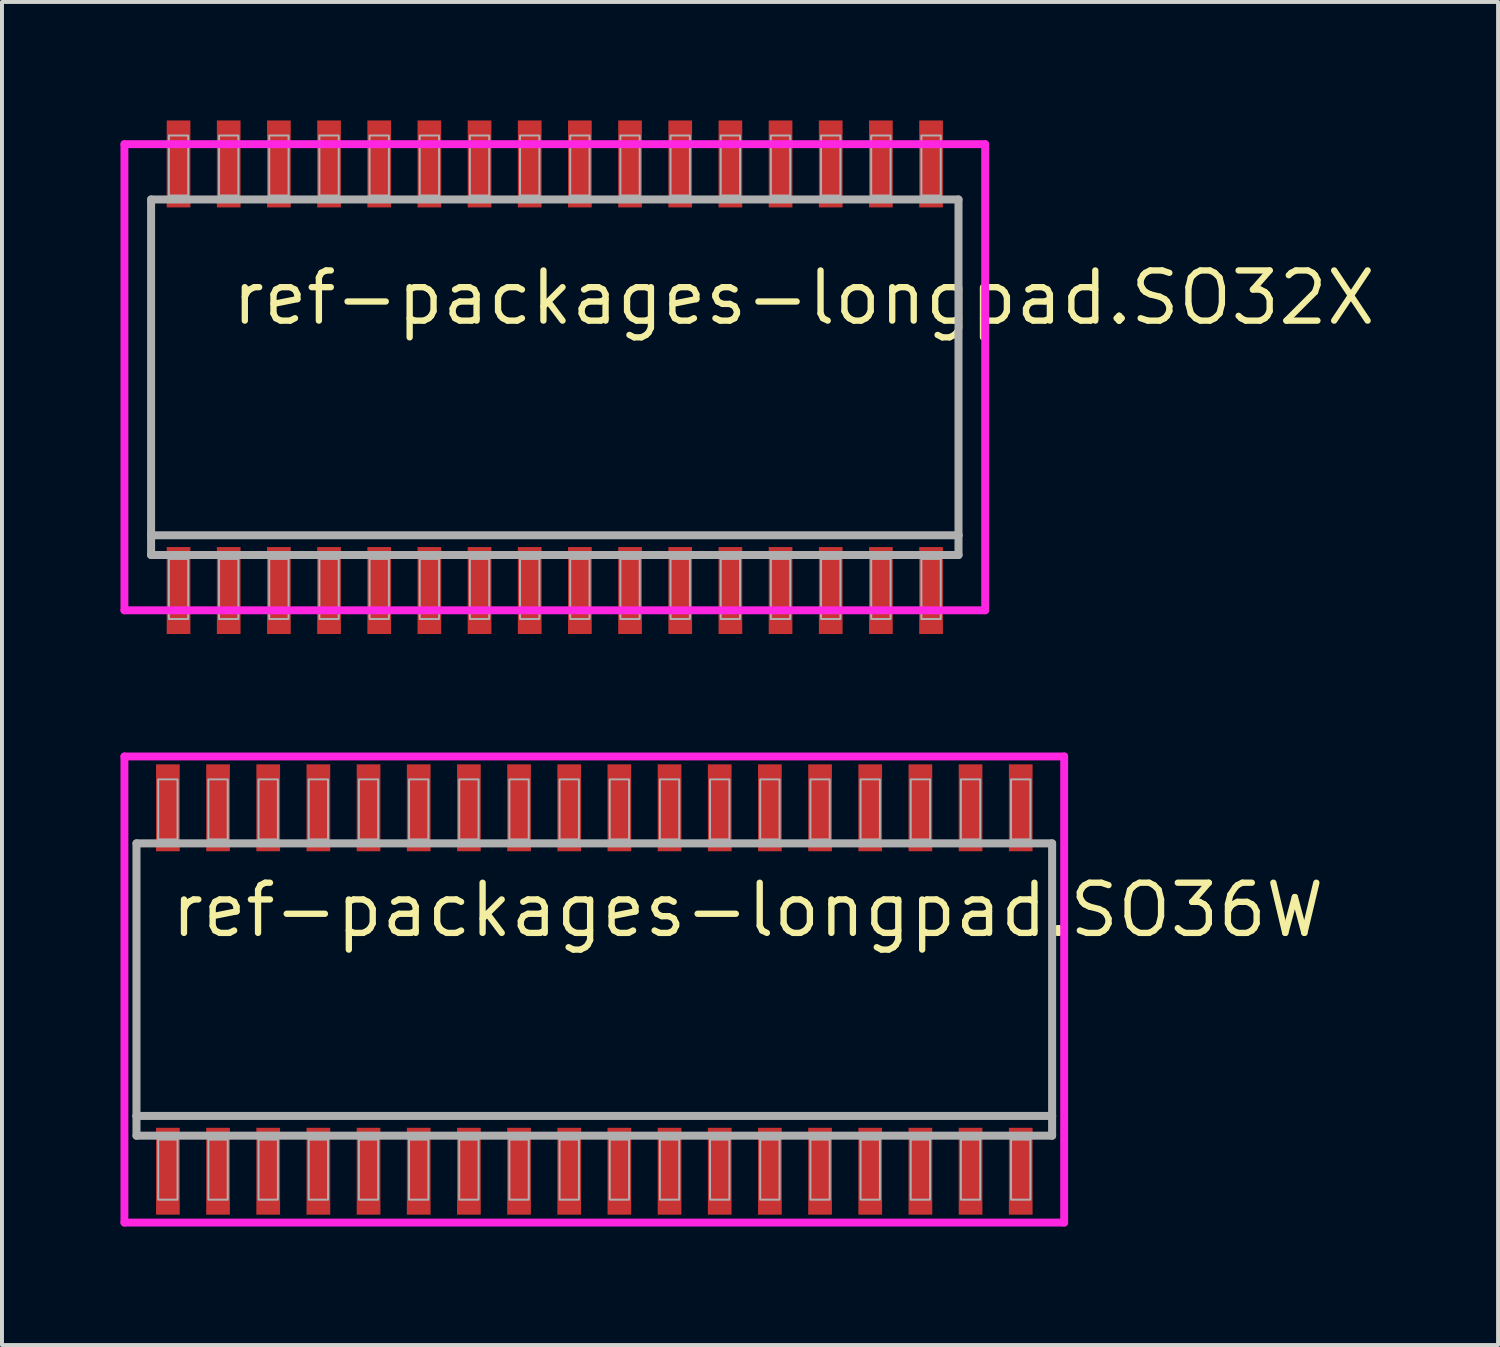
<source format=kicad_pcb>
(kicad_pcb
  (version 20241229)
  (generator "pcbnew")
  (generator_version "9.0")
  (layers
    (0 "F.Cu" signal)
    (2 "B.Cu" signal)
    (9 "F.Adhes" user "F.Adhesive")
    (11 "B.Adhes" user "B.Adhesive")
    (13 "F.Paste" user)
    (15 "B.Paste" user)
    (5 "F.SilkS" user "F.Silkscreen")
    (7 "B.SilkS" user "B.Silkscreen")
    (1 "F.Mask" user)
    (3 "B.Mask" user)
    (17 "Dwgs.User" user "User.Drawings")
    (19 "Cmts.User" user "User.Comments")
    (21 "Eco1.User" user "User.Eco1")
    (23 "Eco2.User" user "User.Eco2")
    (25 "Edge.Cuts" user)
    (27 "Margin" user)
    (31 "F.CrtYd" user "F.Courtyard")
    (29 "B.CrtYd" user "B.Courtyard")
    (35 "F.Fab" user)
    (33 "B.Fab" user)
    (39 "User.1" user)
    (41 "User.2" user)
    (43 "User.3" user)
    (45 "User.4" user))
  (footprint "ref-packages-longpad.SO32X"
    (layer "F.Cu")
    (at 10.995 6.5)
    (property "Reference" "ref-packages-longpad.SO32X" (at -8.255 -1.27 0) (layer "F.SilkS") (effects (font (size 1.27 1.27) (thickness 0.16)) (justify left bottom)))
    (attr smd)
    (fp_line (start -10.895 -5.9) (end 10.895 -5.9) (stroke (width 0.2) (type default)) (layer "F.CrtYd"))
    (fp_line (start -10.895 5.9) (end -10.895 -5.9) (stroke (width 0.2) (type default)) (layer "F.CrtYd"))
    (fp_line (start 10.895 -5.9) (end 10.895 5.9) (stroke (width 0.2) (type default)) (layer "F.CrtYd"))
    (fp_line (start 10.895 5.9) (end -10.895 5.9) (stroke (width 0.2) (type default)) (layer "F.CrtYd"))
    (fp_line (start -10.22 -4.5) (end 10.22 -4.5) (stroke (width 0.203) (type default)) (layer "F.Fab"))
    (fp_line (start -10.22 4) (end -10.22 -4.5) (stroke (width 0.203) (type default)) (layer "F.Fab"))
    (fp_line (start -10.22 4.5) (end -10.22 4) (stroke (width 0.203) (type default)) (layer "F.Fab"))
    (fp_line (start 10.22 -4.5) (end 10.22 4) (stroke (width 0.203) (type default)) (layer "F.Fab"))
    (fp_line (start 10.22 4) (end -10.22 4) (stroke (width 0.203) (type default)) (layer "F.Fab"))
    (fp_line (start 10.22 4) (end 10.22 4.5) (stroke (width 0.203) (type default)) (layer "F.Fab"))
    (fp_line (start 10.22 4.5) (end -10.22 4.5) (stroke (width 0.203) (type default)) (layer "F.Fab"))
    (fp_rect (start -9.77 -4.6) (end -9.28 -6.12) (stroke (width 0.05) (type default)) (fill no) (layer "F.Fab"))
    (fp_rect (start -9.77 6.12) (end -9.28 4.6) (stroke (width 0.05) (type default)) (fill no) (layer "F.Fab"))
    (fp_rect (start -8.5 -4.6) (end -8.01 -6.12) (stroke (width 0.05) (type default)) (fill no) (layer "F.Fab"))
    (fp_rect (start -8.5 6.12) (end -8.01 4.6) (stroke (width 0.05) (type default)) (fill no) (layer "F.Fab"))
    (fp_rect (start -7.23 -4.6) (end -6.74 -6.12) (stroke (width 0.05) (type default)) (fill no) (layer "F.Fab"))
    (fp_rect (start -7.23 6.12) (end -6.74 4.6) (stroke (width 0.05) (type default)) (fill no) (layer "F.Fab"))
    (fp_rect (start -5.96 -4.6) (end -5.47 -6.12) (stroke (width 0.05) (type default)) (fill no) (layer "F.Fab"))
    (fp_rect (start -5.96 6.12) (end -5.47 4.6) (stroke (width 0.05) (type default)) (fill no) (layer "F.Fab"))
    (fp_rect (start -4.69 -4.6) (end -4.2 -6.12) (stroke (width 0.05) (type default)) (fill no) (layer "F.Fab"))
    (fp_rect (start -4.69 6.12) (end -4.2 4.6) (stroke (width 0.05) (type default)) (fill no) (layer "F.Fab"))
    (fp_rect (start -3.42 -4.6) (end -2.93 -6.12) (stroke (width 0.05) (type default)) (fill no) (layer "F.Fab"))
    (fp_rect (start -3.42 6.12) (end -2.93 4.6) (stroke (width 0.05) (type default)) (fill no) (layer "F.Fab"))
    (fp_rect (start -2.15 -4.6) (end -1.66 -6.12) (stroke (width 0.05) (type default)) (fill no) (layer "F.Fab"))
    (fp_rect (start -2.15 6.12) (end -1.66 4.6) (stroke (width 0.05) (type default)) (fill no) (layer "F.Fab"))
    (fp_rect (start -0.88 -4.6) (end -0.39 -6.12) (stroke (width 0.05) (type default)) (fill no) (layer "F.Fab"))
    (fp_rect (start -0.88 6.12) (end -0.39 4.6) (stroke (width 0.05) (type default)) (fill no) (layer "F.Fab"))
    (fp_rect (start 0.39 -4.6) (end 0.88 -6.12) (stroke (width 0.05) (type default)) (fill no) (layer "F.Fab"))
    (fp_rect (start 0.39 6.12) (end 0.88 4.6) (stroke (width 0.05) (type default)) (fill no) (layer "F.Fab"))
    (fp_rect (start 1.66 -4.6) (end 2.15 -6.12) (stroke (width 0.05) (type default)) (fill no) (layer "F.Fab"))
    (fp_rect (start 1.66 6.12) (end 2.15 4.6) (stroke (width 0.05) (type default)) (fill no) (layer "F.Fab"))
    (fp_rect (start 2.93 -4.6) (end 3.42 -6.12) (stroke (width 0.05) (type default)) (fill no) (layer "F.Fab"))
    (fp_rect (start 2.93 6.12) (end 3.42 4.6) (stroke (width 0.05) (type default)) (fill no) (layer "F.Fab"))
    (fp_rect (start 4.2 -4.6) (end 4.69 -6.12) (stroke (width 0.05) (type default)) (fill no) (layer "F.Fab"))
    (fp_rect (start 4.2 6.12) (end 4.69 4.6) (stroke (width 0.05) (type default)) (fill no) (layer "F.Fab"))
    (fp_rect (start 5.47 -4.6) (end 5.96 -6.12) (stroke (width 0.05) (type default)) (fill no) (layer "F.Fab"))
    (fp_rect (start 5.47 6.12) (end 5.96 4.6) (stroke (width 0.05) (type default)) (fill no) (layer "F.Fab"))
    (fp_rect (start 6.74 -4.6) (end 7.23 -6.12) (stroke (width 0.05) (type default)) (fill no) (layer "F.Fab"))
    (fp_rect (start 6.74 6.12) (end 7.23 4.6) (stroke (width 0.05) (type default)) (fill no) (layer "F.Fab"))
    (fp_rect (start 8.01 -4.6) (end 8.5 -6.12) (stroke (width 0.05) (type default)) (fill no) (layer "F.Fab"))
    (fp_rect (start 8.01 6.12) (end 8.5 4.6) (stroke (width 0.05) (type default)) (fill no) (layer "F.Fab"))
    (fp_rect (start 9.28 -4.6) (end 9.77 -6.12) (stroke (width 0.05) (type default)) (fill no) (layer "F.Fab"))
    (fp_rect (start 9.28 6.12) (end 9.77 4.6) (stroke (width 0.05) (type default)) (fill no) (layer "F.Fab"))
    (pad "1" smd roundrect (at -9.525 5.4) (size 0.6 2.2) (layers "F.Cu" "F.Mask" "F.Paste") (roundrect_rratio 0.01))
    (pad "2" smd roundrect (at -8.255 5.4) (size 0.6 2.2) (layers "F.Cu" "F.Mask" "F.Paste") (roundrect_rratio 0.01))
    (pad "3" smd roundrect (at -6.985 5.4) (size 0.6 2.2) (layers "F.Cu" "F.Mask" "F.Paste") (roundrect_rratio 0.01))
    (pad "4" smd roundrect (at -5.715 5.4) (size 0.6 2.2) (layers "F.Cu" "F.Mask" "F.Paste") (roundrect_rratio 0.01))
    (pad "5" smd roundrect (at -4.445 5.4) (size 0.6 2.2) (layers "F.Cu" "F.Mask" "F.Paste") (roundrect_rratio 0.01))
    (pad "6" smd roundrect (at -3.175 5.4) (size 0.6 2.2) (layers "F.Cu" "F.Mask" "F.Paste") (roundrect_rratio 0.01))
    (pad "7" smd roundrect (at -1.905 5.4) (size 0.6 2.2) (layers "F.Cu" "F.Mask" "F.Paste") (roundrect_rratio 0.01))
    (pad "8" smd roundrect (at -0.635 5.4) (size 0.6 2.2) (layers "F.Cu" "F.Mask" "F.Paste") (roundrect_rratio 0.01))
    (pad "9" smd roundrect (at 0.635 5.4) (size 0.6 2.2) (layers "F.Cu" "F.Mask" "F.Paste") (roundrect_rratio 0.01))
    (pad "10" smd roundrect (at 1.905 5.4) (size 0.6 2.2) (layers "F.Cu" "F.Mask" "F.Paste") (roundrect_rratio 0.01))
    (pad "11" smd roundrect (at 3.175 5.4) (size 0.6 2.2) (layers "F.Cu" "F.Mask" "F.Paste") (roundrect_rratio 0.01))
    (pad "12" smd roundrect (at 4.445 5.4) (size 0.6 2.2) (layers "F.Cu" "F.Mask" "F.Paste") (roundrect_rratio 0.01))
    (pad "13" smd roundrect (at 5.715 5.4) (size 0.6 2.2) (layers "F.Cu" "F.Mask" "F.Paste") (roundrect_rratio 0.01))
    (pad "14" smd roundrect (at 6.985 5.4) (size 0.6 2.2) (layers "F.Cu" "F.Mask" "F.Paste") (roundrect_rratio 0.01))
    (pad "15" smd roundrect (at 8.255 5.4) (size 0.6 2.2) (layers "F.Cu" "F.Mask" "F.Paste") (roundrect_rratio 0.01))
    (pad "16" smd roundrect (at 9.525 5.4) (size 0.6 2.2) (layers "F.Cu" "F.Mask" "F.Paste") (roundrect_rratio 0.01))
    (pad "17" smd roundrect (at 9.525 -5.4) (size 0.6 2.2) (layers "F.Cu" "F.Mask" "F.Paste") (roundrect_rratio 0.01))
    (pad "18" smd roundrect (at 8.255 -5.4) (size 0.6 2.2) (layers "F.Cu" "F.Mask" "F.Paste") (roundrect_rratio 0.01))
    (pad "19" smd roundrect (at 6.985 -5.4) (size 0.6 2.2) (layers "F.Cu" "F.Mask" "F.Paste") (roundrect_rratio 0.01))
    (pad "20" smd roundrect (at 5.715 -5.4) (size 0.6 2.2) (layers "F.Cu" "F.Mask" "F.Paste") (roundrect_rratio 0.01))
    (pad "21" smd roundrect (at 4.445 -5.4) (size 0.6 2.2) (layers "F.Cu" "F.Mask" "F.Paste") (roundrect_rratio 0.01))
    (pad "22" smd roundrect (at 3.175 -5.4) (size 0.6 2.2) (layers "F.Cu" "F.Mask" "F.Paste") (roundrect_rratio 0.01))
    (pad "23" smd roundrect (at 1.905 -5.4) (size 0.6 2.2) (layers "F.Cu" "F.Mask" "F.Paste") (roundrect_rratio 0.01))
    (pad "24" smd roundrect (at 0.635 -5.4) (size 0.6 2.2) (layers "F.Cu" "F.Mask" "F.Paste") (roundrect_rratio 0.01))
    (pad "25" smd roundrect (at -0.635 -5.4) (size 0.6 2.2) (layers "F.Cu" "F.Mask" "F.Paste") (roundrect_rratio 0.01))
    (pad "26" smd roundrect (at -1.905 -5.4) (size 0.6 2.2) (layers "F.Cu" "F.Mask" "F.Paste") (roundrect_rratio 0.01))
    (pad "27" smd roundrect (at -3.175 -5.4) (size 0.6 2.2) (layers "F.Cu" "F.Mask" "F.Paste") (roundrect_rratio 0.01))
    (pad "28" smd roundrect (at -4.445 -5.4) (size 0.6 2.2) (layers "F.Cu" "F.Mask" "F.Paste") (roundrect_rratio 0.01))
    (pad "29" smd roundrect (at -5.715 -5.4) (size 0.6 2.2) (layers "F.Cu" "F.Mask" "F.Paste") (roundrect_rratio 0.01))
    (pad "30" smd roundrect (at -6.985 -5.4) (size 0.6 2.2) (layers "F.Cu" "F.Mask" "F.Paste") (roundrect_rratio 0.01))
    (pad "31" smd roundrect (at -8.255 -5.4) (size 0.6 2.2) (layers "F.Cu" "F.Mask" "F.Paste") (roundrect_rratio 0.01))
    (pad "32" smd roundrect (at -9.525 -5.4) (size 0.6 2.2) (layers "F.Cu" "F.Mask" "F.Paste") (roundrect_rratio 0.01)))
  (footprint "ref-packages-longpad.SO36W"
    (layer "F.Cu")
    (at 11.995 22)
    (property "Reference" "ref-packages-longpad.SO36W" (at -10.795 -1.27 0) (layer "F.SilkS") (effects (font (size 1.27 1.27) (thickness 0.16)) (justify left bottom)))
    (attr smd)
    (fp_line (start -11.895 -5.9) (end 11.895 -5.9) (stroke (width 0.2) (type default)) (layer "F.CrtYd"))
    (fp_line (start -11.895 5.9) (end -11.895 -5.9) (stroke (width 0.2) (type default)) (layer "F.CrtYd"))
    (fp_line (start 11.895 -5.9) (end 11.895 5.9) (stroke (width 0.2) (type default)) (layer "F.CrtYd"))
    (fp_line (start 11.895 5.9) (end -11.895 5.9) (stroke (width 0.2) (type default)) (layer "F.CrtYd"))
    (fp_line (start -11.59 -3.7) (end 11.59 -3.7) (stroke (width 0.203) (type default)) (layer "F.Fab"))
    (fp_line (start -11.59 3.2) (end -11.59 -3.7) (stroke (width 0.203) (type default)) (layer "F.Fab"))
    (fp_line (start -11.59 3.7) (end -11.59 3.2) (stroke (width 0.203) (type default)) (layer "F.Fab"))
    (fp_line (start 11.59 -3.7) (end 11.59 3.2) (stroke (width 0.203) (type default)) (layer "F.Fab"))
    (fp_line (start 11.59 3.2) (end -11.59 3.2) (stroke (width 0.203) (type default)) (layer "F.Fab"))
    (fp_line (start 11.59 3.2) (end 11.59 3.7) (stroke (width 0.203) (type default)) (layer "F.Fab"))
    (fp_line (start 11.59 3.7) (end -11.59 3.7) (stroke (width 0.203) (type default)) (layer "F.Fab"))
    (fp_rect (start -11.04 -3.8) (end -10.55 -5.32) (stroke (width 0.05) (type default)) (fill no) (layer "F.Fab"))
    (fp_rect (start -11.04 5.32) (end -10.55 3.8) (stroke (width 0.05) (type default)) (fill no) (layer "F.Fab"))
    (fp_rect (start -9.77 -3.8) (end -9.28 -5.32) (stroke (width 0.05) (type default)) (fill no) (layer "F.Fab"))
    (fp_rect (start -9.77 5.32) (end -9.28 3.8) (stroke (width 0.05) (type default)) (fill no) (layer "F.Fab"))
    (fp_rect (start -8.5 -3.8) (end -8.01 -5.32) (stroke (width 0.05) (type default)) (fill no) (layer "F.Fab"))
    (fp_rect (start -8.5 5.32) (end -8.01 3.8) (stroke (width 0.05) (type default)) (fill no) (layer "F.Fab"))
    (fp_rect (start -7.23 -3.8) (end -6.74 -5.32) (stroke (width 0.05) (type default)) (fill no) (layer "F.Fab"))
    (fp_rect (start -7.23 5.32) (end -6.74 3.8) (stroke (width 0.05) (type default)) (fill no) (layer "F.Fab"))
    (fp_rect (start -5.96 -3.8) (end -5.47 -5.32) (stroke (width 0.05) (type default)) (fill no) (layer "F.Fab"))
    (fp_rect (start -5.96 5.32) (end -5.47 3.8) (stroke (width 0.05) (type default)) (fill no) (layer "F.Fab"))
    (fp_rect (start -4.69 -3.8) (end -4.2 -5.32) (stroke (width 0.05) (type default)) (fill no) (layer "F.Fab"))
    (fp_rect (start -4.69 5.32) (end -4.2 3.8) (stroke (width 0.05) (type default)) (fill no) (layer "F.Fab"))
    (fp_rect (start -3.42 -3.8) (end -2.93 -5.32) (stroke (width 0.05) (type default)) (fill no) (layer "F.Fab"))
    (fp_rect (start -3.42 5.32) (end -2.93 3.8) (stroke (width 0.05) (type default)) (fill no) (layer "F.Fab"))
    (fp_rect (start -2.15 -3.8) (end -1.66 -5.32) (stroke (width 0.05) (type default)) (fill no) (layer "F.Fab"))
    (fp_rect (start -2.15 5.32) (end -1.66 3.8) (stroke (width 0.05) (type default)) (fill no) (layer "F.Fab"))
    (fp_rect (start -0.88 -3.8) (end -0.39 -5.32) (stroke (width 0.05) (type default)) (fill no) (layer "F.Fab"))
    (fp_rect (start -0.88 5.32) (end -0.39 3.8) (stroke (width 0.05) (type default)) (fill no) (layer "F.Fab"))
    (fp_rect (start 0.39 -3.8) (end 0.88 -5.32) (stroke (width 0.05) (type default)) (fill no) (layer "F.Fab"))
    (fp_rect (start 0.39 5.32) (end 0.88 3.8) (stroke (width 0.05) (type default)) (fill no) (layer "F.Fab"))
    (fp_rect (start 1.66 -3.8) (end 2.15 -5.32) (stroke (width 0.05) (type default)) (fill no) (layer "F.Fab"))
    (fp_rect (start 1.66 5.32) (end 2.15 3.8) (stroke (width 0.05) (type default)) (fill no) (layer "F.Fab"))
    (fp_rect (start 2.93 -3.8) (end 3.42 -5.32) (stroke (width 0.05) (type default)) (fill no) (layer "F.Fab"))
    (fp_rect (start 2.93 5.32) (end 3.42 3.8) (stroke (width 0.05) (type default)) (fill no) (layer "F.Fab"))
    (fp_rect (start 4.2 -3.8) (end 4.69 -5.32) (stroke (width 0.05) (type default)) (fill no) (layer "F.Fab"))
    (fp_rect (start 4.2 5.32) (end 4.69 3.8) (stroke (width 0.05) (type default)) (fill no) (layer "F.Fab"))
    (fp_rect (start 5.47 -3.8) (end 5.96 -5.32) (stroke (width 0.05) (type default)) (fill no) (layer "F.Fab"))
    (fp_rect (start 5.47 5.32) (end 5.96 3.8) (stroke (width 0.05) (type default)) (fill no) (layer "F.Fab"))
    (fp_rect (start 6.74 -3.8) (end 7.23 -5.32) (stroke (width 0.05) (type default)) (fill no) (layer "F.Fab"))
    (fp_rect (start 6.74 5.32) (end 7.23 3.8) (stroke (width 0.05) (type default)) (fill no) (layer "F.Fab"))
    (fp_rect (start 8.01 -3.8) (end 8.5 -5.32) (stroke (width 0.05) (type default)) (fill no) (layer "F.Fab"))
    (fp_rect (start 8.01 5.32) (end 8.5 3.8) (stroke (width 0.05) (type default)) (fill no) (layer "F.Fab"))
    (fp_rect (start 9.28 -3.8) (end 9.77 -5.32) (stroke (width 0.05) (type default)) (fill no) (layer "F.Fab"))
    (fp_rect (start 9.28 5.32) (end 9.77 3.8) (stroke (width 0.05) (type default)) (fill no) (layer "F.Fab"))
    (fp_rect (start 10.55 -3.8) (end 11.04 -5.32) (stroke (width 0.05) (type default)) (fill no) (layer "F.Fab"))
    (fp_rect (start 10.55 5.32) (end 11.04 3.8) (stroke (width 0.05) (type default)) (fill no) (layer "F.Fab"))
    (pad "1" smd roundrect (at -10.795 4.6) (size 0.6 2.2) (layers "F.Cu" "F.Mask" "F.Paste") (roundrect_rratio 0.01))
    (pad "2" smd roundrect (at -9.525 4.6) (size 0.6 2.2) (layers "F.Cu" "F.Mask" "F.Paste") (roundrect_rratio 0.01))
    (pad "3" smd roundrect (at -8.255 4.6) (size 0.6 2.2) (layers "F.Cu" "F.Mask" "F.Paste") (roundrect_rratio 0.01))
    (pad "4" smd roundrect (at -6.985 4.6) (size 0.6 2.2) (layers "F.Cu" "F.Mask" "F.Paste") (roundrect_rratio 0.01))
    (pad "5" smd roundrect (at -5.715 4.6) (size 0.6 2.2) (layers "F.Cu" "F.Mask" "F.Paste") (roundrect_rratio 0.01))
    (pad "6" smd roundrect (at -4.445 4.6) (size 0.6 2.2) (layers "F.Cu" "F.Mask" "F.Paste") (roundrect_rratio 0.01))
    (pad "7" smd roundrect (at -3.175 4.6) (size 0.6 2.2) (layers "F.Cu" "F.Mask" "F.Paste") (roundrect_rratio 0.01))
    (pad "8" smd roundrect (at -1.905 4.6) (size 0.6 2.2) (layers "F.Cu" "F.Mask" "F.Paste") (roundrect_rratio 0.01))
    (pad "9" smd roundrect (at -0.635 4.6) (size 0.6 2.2) (layers "F.Cu" "F.Mask" "F.Paste") (roundrect_rratio 0.01))
    (pad "10" smd roundrect (at 0.635 4.6) (size 0.6 2.2) (layers "F.Cu" "F.Mask" "F.Paste") (roundrect_rratio 0.01))
    (pad "11" smd roundrect (at 1.905 4.6) (size 0.6 2.2) (layers "F.Cu" "F.Mask" "F.Paste") (roundrect_rratio 0.01))
    (pad "12" smd roundrect (at 3.175 4.6) (size 0.6 2.2) (layers "F.Cu" "F.Mask" "F.Paste") (roundrect_rratio 0.01))
    (pad "13" smd roundrect (at 4.445 4.6) (size 0.6 2.2) (layers "F.Cu" "F.Mask" "F.Paste") (roundrect_rratio 0.01))
    (pad "14" smd roundrect (at 5.715 4.6) (size 0.6 2.2) (layers "F.Cu" "F.Mask" "F.Paste") (roundrect_rratio 0.01))
    (pad "15" smd roundrect (at 6.985 4.6) (size 0.6 2.2) (layers "F.Cu" "F.Mask" "F.Paste") (roundrect_rratio 0.01))
    (pad "16" smd roundrect (at 8.255 4.6) (size 0.6 2.2) (layers "F.Cu" "F.Mask" "F.Paste") (roundrect_rratio 0.01))
    (pad "17" smd roundrect (at 9.525 4.6) (size 0.6 2.2) (layers "F.Cu" "F.Mask" "F.Paste") (roundrect_rratio 0.01))
    (pad "18" smd roundrect (at 10.795 4.6) (size 0.6 2.2) (layers "F.Cu" "F.Mask" "F.Paste") (roundrect_rratio 0.01))
    (pad "19" smd roundrect (at 10.795 -4.6) (size 0.6 2.2) (layers "F.Cu" "F.Mask" "F.Paste") (roundrect_rratio 0.01))
    (pad "20" smd roundrect (at 9.525 -4.6) (size 0.6 2.2) (layers "F.Cu" "F.Mask" "F.Paste") (roundrect_rratio 0.01))
    (pad "21" smd roundrect (at 8.255 -4.6) (size 0.6 2.2) (layers "F.Cu" "F.Mask" "F.Paste") (roundrect_rratio 0.01))
    (pad "22" smd roundrect (at 6.985 -4.6) (size 0.6 2.2) (layers "F.Cu" "F.Mask" "F.Paste") (roundrect_rratio 0.01))
    (pad "23" smd roundrect (at 5.715 -4.6) (size 0.6 2.2) (layers "F.Cu" "F.Mask" "F.Paste") (roundrect_rratio 0.01))
    (pad "24" smd roundrect (at 4.445 -4.6) (size 0.6 2.2) (layers "F.Cu" "F.Mask" "F.Paste") (roundrect_rratio 0.01))
    (pad "25" smd roundrect (at 3.175 -4.6) (size 0.6 2.2) (layers "F.Cu" "F.Mask" "F.Paste") (roundrect_rratio 0.01))
    (pad "26" smd roundrect (at 1.905 -4.6) (size 0.6 2.2) (layers "F.Cu" "F.Mask" "F.Paste") (roundrect_rratio 0.01))
    (pad "27" smd roundrect (at 0.635 -4.6) (size 0.6 2.2) (layers "F.Cu" "F.Mask" "F.Paste") (roundrect_rratio 0.01))
    (pad "28" smd roundrect (at -0.635 -4.6) (size 0.6 2.2) (layers "F.Cu" "F.Mask" "F.Paste") (roundrect_rratio 0.01))
    (pad "29" smd roundrect (at -1.905 -4.6) (size 0.6 2.2) (layers "F.Cu" "F.Mask" "F.Paste") (roundrect_rratio 0.01))
    (pad "30" smd roundrect (at -3.175 -4.6) (size 0.6 2.2) (layers "F.Cu" "F.Mask" "F.Paste") (roundrect_rratio 0.01))
    (pad "31" smd roundrect (at -4.445 -4.6) (size 0.6 2.2) (layers "F.Cu" "F.Mask" "F.Paste") (roundrect_rratio 0.01))
    (pad "32" smd roundrect (at -5.715 -4.6) (size 0.6 2.2) (layers "F.Cu" "F.Mask" "F.Paste") (roundrect_rratio 0.01))
    (pad "33" smd roundrect (at -6.985 -4.6) (size 0.6 2.2) (layers "F.Cu" "F.Mask" "F.Paste") (roundrect_rratio 0.01))
    (pad "34" smd roundrect (at -8.255 -4.6) (size 0.6 2.2) (layers "F.Cu" "F.Mask" "F.Paste") (roundrect_rratio 0.01))
    (pad "35" smd roundrect (at -9.525 -4.6) (size 0.6 2.2) (layers "F.Cu" "F.Mask" "F.Paste") (roundrect_rratio 0.01))
    (pad "36" smd roundrect (at -10.795 -4.6) (size 0.6 2.2) (layers "F.Cu" "F.Mask" "F.Paste") (roundrect_rratio 0.01)))
  (gr_rect
    (start -3 -3)
    (end 34.874 31)
    (stroke (width 0.1) (type default))
    (fill no)
    (layer "Edge.Cuts")))
</source>
